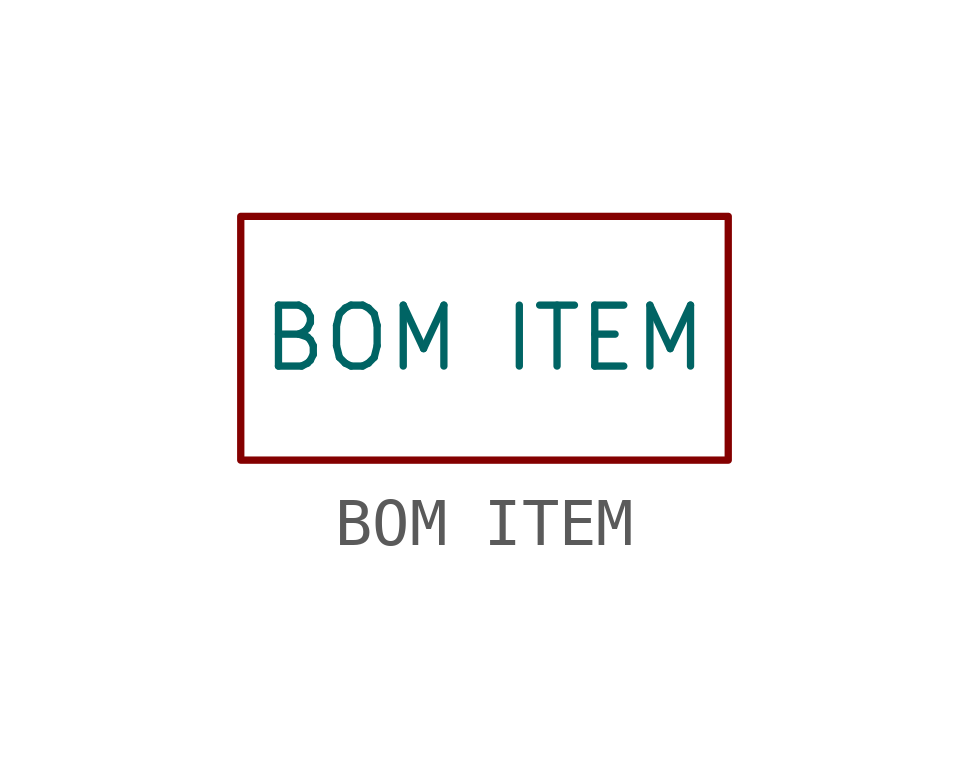
<source format=kicad_sym>
(kicad_symbol_lib
  (version 20211014)
  (generator kicad_symbol_editor)
  (symbol "BOM ITEM"
    (pin_numbers hide)
    (pin_names
      (offset 0) hide)
    (property "Reference" "X"
      (at 0 0 0)
      (effects (font (size 1.27 1.27)) hide))
    (property "Value" "BOM ITEM"
      (at 0 0 0)
      (effects (font (size 1.27 1.27))))
    (symbol "BOM ITEM_0_1"
      (rectangle (start -5.08 2.54) (end 5.08 -2.54) (stroke (width 0) (type default) (color 0 0 0 0)) (fill (type none))))))
</source>
